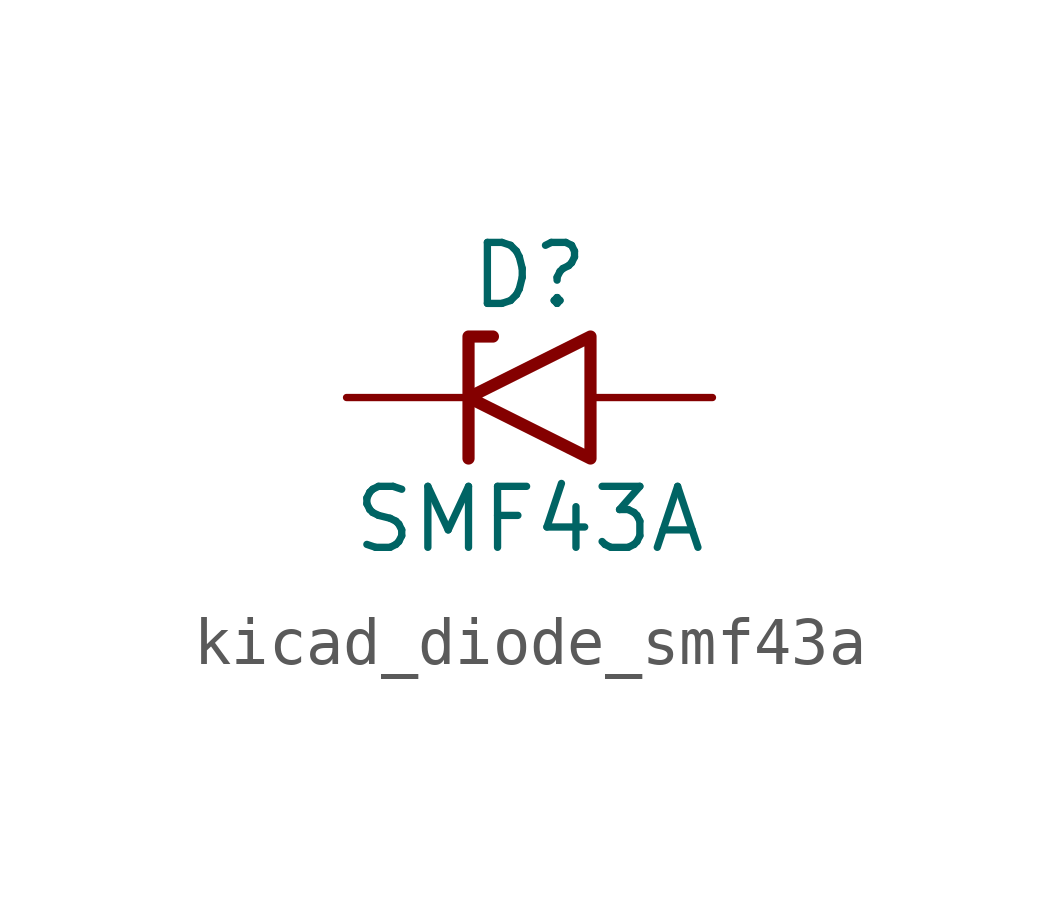
<source format=kicad_sym>
(kicad_symbol_lib
  (version 20220914)
  (generator kicad_symbol_editor)
  (symbol "kicad_diode_smf43a"
    (pin_numbers hide)
    (pin_names
      (offset 1.016) hide)
    (property "Reference" "D"
      (at 0 2.54 0)
      (effects (font (size 1.27 1.27))))
    (property "Value" "SMF43A"
      (at 0 -2.54 0)
      (effects (font (size 1.27 1.27))))
    (symbol "kicad_diode_smf43a_0_1"
      (polyline (pts (xy -0.762 1.27) (xy -1.27 1.27) (xy -1.27 -1.27)) (stroke (width 0.254) (type default)) (fill (type none)))
      (polyline (pts (xy 1.27 1.27) (xy 1.27 -1.27) (xy -1.27 0) (xy 1.27 1.27)) (stroke (width 0.254) (type default)) (fill (type none))))
    (symbol "kicad_diode_smf43a_1_1"
      (pin passive line (at -3.81 0 0) (length 2.54) (name "A1" (effects (font (size 1.27 1.27)))) (number "1" (effects (font (size 1.27 1.27)))))
      (pin passive line (at 3.81 0 180) (length 2.54) (name "A2" (effects (font (size 1.27 1.27)))) (number "2" (effects (font (size 1.27 1.27))))))))
</source>
